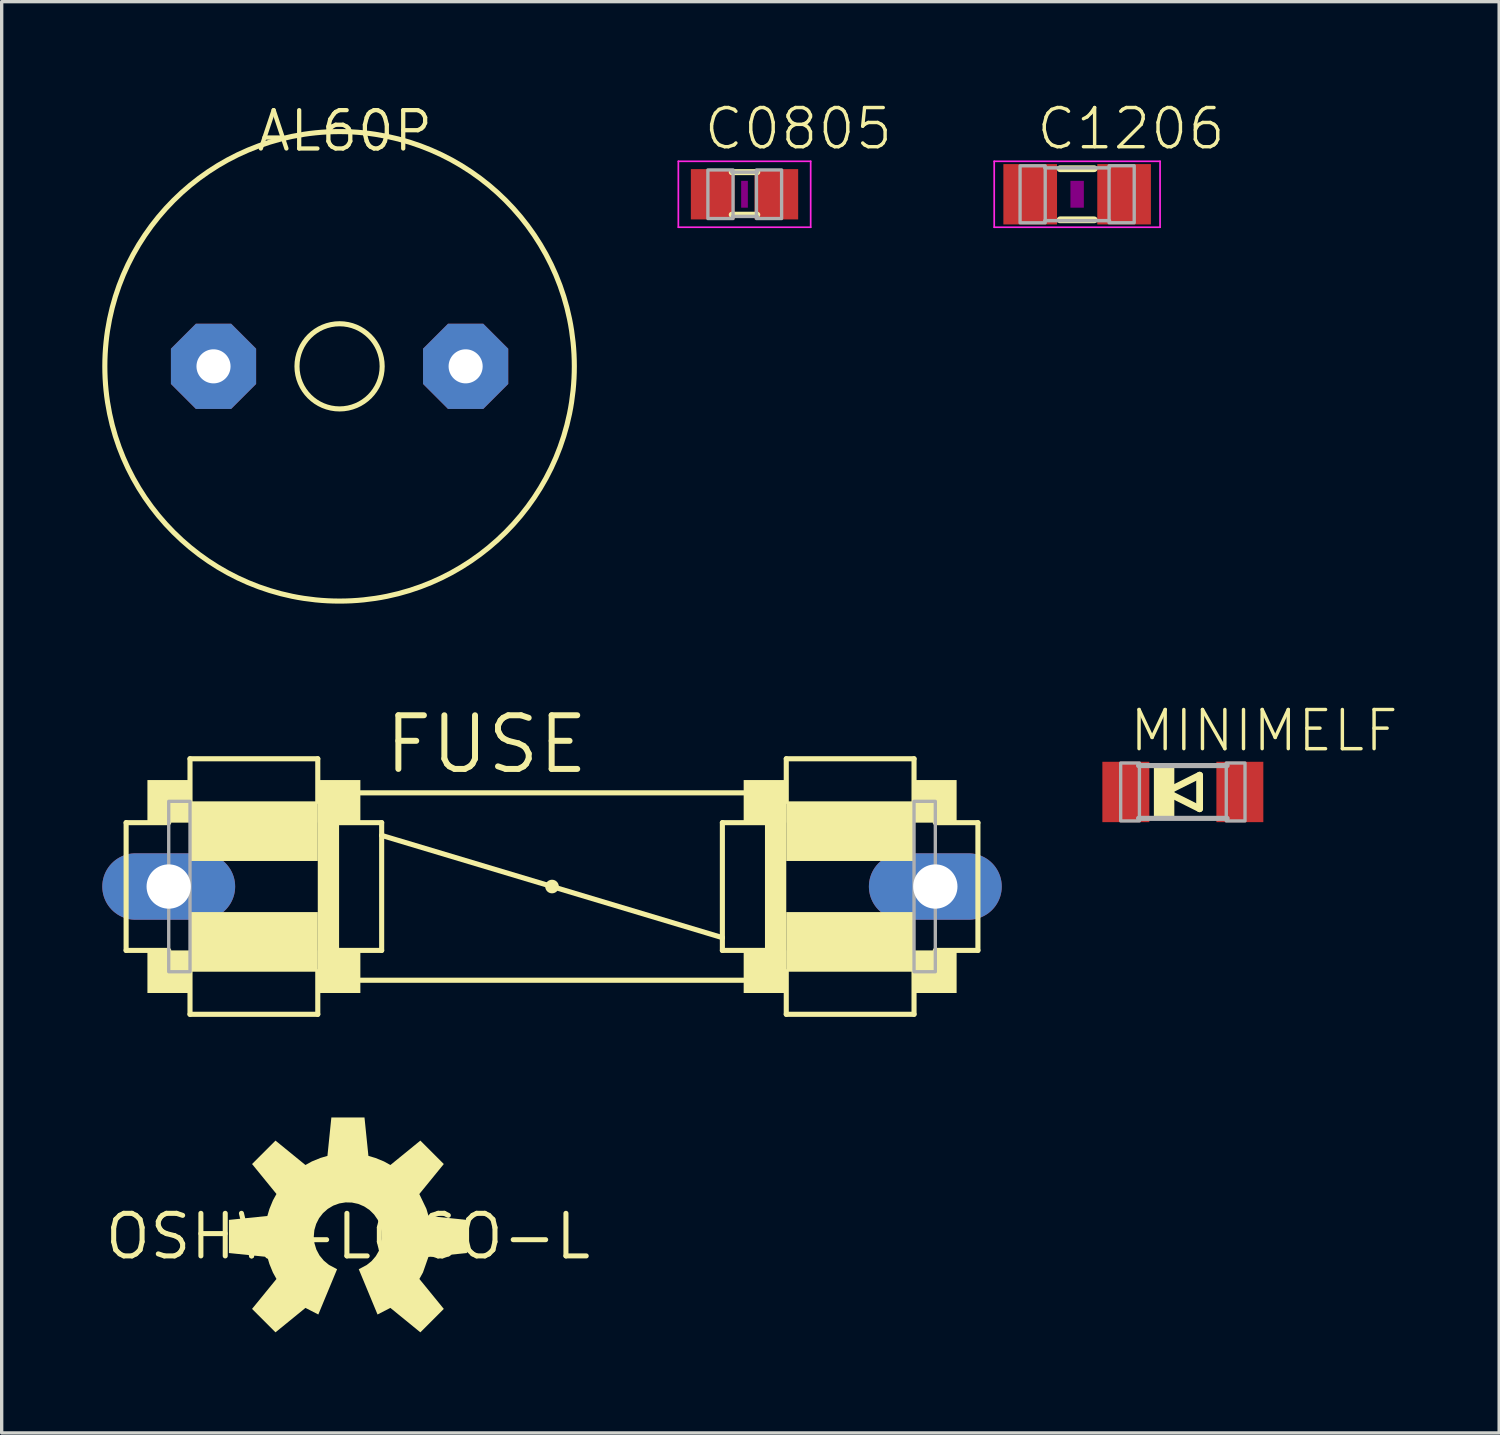
<source format=kicad_pcb>
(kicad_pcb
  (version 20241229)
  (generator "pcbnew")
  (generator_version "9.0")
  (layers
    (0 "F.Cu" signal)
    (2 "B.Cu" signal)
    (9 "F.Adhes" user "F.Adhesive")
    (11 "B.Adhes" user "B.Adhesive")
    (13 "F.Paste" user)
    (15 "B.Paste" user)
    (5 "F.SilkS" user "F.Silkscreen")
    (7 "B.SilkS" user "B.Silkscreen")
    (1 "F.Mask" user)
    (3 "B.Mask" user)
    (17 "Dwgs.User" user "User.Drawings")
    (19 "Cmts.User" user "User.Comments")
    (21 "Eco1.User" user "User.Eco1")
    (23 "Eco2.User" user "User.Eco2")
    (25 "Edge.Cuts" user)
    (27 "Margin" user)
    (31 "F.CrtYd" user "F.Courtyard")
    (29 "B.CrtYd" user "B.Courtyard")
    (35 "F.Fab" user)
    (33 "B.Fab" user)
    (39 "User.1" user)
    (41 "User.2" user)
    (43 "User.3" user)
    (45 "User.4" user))
  (footprint "OSHW-LOGO-L"
    (layer "F.Cu")
    (at 7.325 33.821)
    (property "Reference" "OSHW-LOGO-L" (at 0 0 0) (layer "F.SilkS") (effects (font (size 1.27 1.27) (thickness 0.15))))
    (fp_poly (pts (xy 0.611 -2.403) (xy 0.821 -2.341) (xy 1.075 -2.237) (xy 1.267 -2.131) (xy 2.16 -2.859) (xy 2.859 -2.16) (xy 2.129 -1.265) (xy 2.341 -0.823) (xy 2.403 -0.611) (xy 3.549 -0.494) (xy 3.549 0.494) (xy 2.4 0.611) (xy 2.238 1.073) (xy 2.131 1.267) (xy 2.859 2.16) (xy 2.16 2.859) (xy 1.266 2.13) (xy 0.883 2.327) (xy 0.323 0.976) (xy 0.559 0.852) (xy 0.708 0.732) (xy 0.832 0.587) (xy 0.927 0.422) (xy 0.989 0.241) (xy 1.017 0.052) (xy 1.009 -0.139) (xy 0.965 -0.325) (xy 0.888 -0.499) (xy 0.779 -0.656) (xy 0.643 -0.79) (xy 0.484 -0.896) (xy 0.308 -0.971) (xy 0.121 -1.011) (xy -0.07 -1.016) (xy -0.258 -0.985) (xy -0.437 -0.92) (xy -0.601 -0.822) (xy -0.744 -0.695) (xy -0.861 -0.544) (xy -0.947 -0.374) (xy -1.001 -0.19) (xy -1.018 -0.000157) (xy -0.999 0.199) (xy -0.941 0.39) (xy -0.847 0.566) (xy -0.72 0.72) (xy -0.566 0.847) (xy -0.323 0.976) (xy -0.883 2.327) (xy -1.266 2.13) (xy -2.16 2.859) (xy -2.859 2.16) (xy -2.131 1.267) (xy -2.237 1.075) (xy -2.341 0.821) (xy -2.403 0.611) (xy -3.549 0.494) (xy -3.549 -0.494) (xy -2.403 -0.611) (xy -2.341 -0.821) (xy -2.237 -1.075) (xy -2.131 -1.267) (xy -2.859 -2.16) (xy -2.16 -2.859) (xy -1.267 -2.131) (xy -1.075 -2.237) (xy -0.821 -2.341) (xy -0.611 -2.403) (xy -0.494 -3.549) (xy 0.494 -3.549)) (stroke (width 0) (type default)) (fill yes) (layer "F.SilkS")))
  (footprint "C0805"
    (layer "F.Cu")
    (at 19.151 2.743)
    (property "Reference" "C0805" (at -1.27 -1.27 0) (unlocked yes) (layer "F.SilkS") (effects (font (size 1.168 1.168) (thickness 0.102)) (justify left bottom)))
    (fp_line (start -0.381 -0.66) (end 0.381 -0.66) (stroke (width 0.178) (type solid)) (layer "F.SilkS"))
    (fp_line (start -0.381 0.61) (end 0.381 0.61) (stroke (width 0.178) (type solid)) (layer "F.SilkS"))
    (fp_poly (pts (xy -0.1 0.4) (xy 0.1 0.4) (xy 0.1 -0.4) (xy -0.1 -0.4)) (stroke (width 0) (type default)) (fill yes) (layer "F.Adhes"))
    (fp_line (start -1.973 -0.983) (end 1.973 -0.983) (stroke (width 0.051) (type solid)) (layer "F.CrtYd"))
    (fp_line (start -1.973 0.983) (end -1.973 -0.983) (stroke (width 0.051) (type solid)) (layer "F.CrtYd"))
    (fp_line (start 1.973 -0.983) (end 1.973 0.983) (stroke (width 0.051) (type solid)) (layer "F.CrtYd"))
    (fp_line (start 1.973 0.983) (end -1.973 0.983) (stroke (width 0.051) (type solid)) (layer "F.CrtYd"))
    (fp_line (start -0.381 -0.66) (end 0.381 -0.66) (stroke (width 0.102) (type solid)) (layer "F.Fab"))
    (fp_line (start -0.356 0.66) (end 0.381 0.66) (stroke (width 0.102) (type solid)) (layer "F.Fab"))
    (fp_poly (pts (xy -1.092 0.724) (xy -0.342 0.724) (xy -0.342 -0.726) (xy -1.092 -0.726)) (stroke (width 0.1) (type default)) (fill no) (layer "F.Fab"))
    (fp_poly (pts (xy 0.356 0.724) (xy 1.106 0.724) (xy 1.106 -0.726) (xy 0.356 -0.726)) (stroke (width 0.1) (type default)) (fill no) (layer "F.Fab"))
    (pad "1" smd rect (at -0.95 0) (size 1.3 1.5) (layers "F.Cu" "F.Mask" "F.Paste"))
    (pad "2" smd rect (at 0.95 0) (size 1.3 1.5) (layers "F.Cu" "F.Mask" "F.Paste")))
  (footprint "AL60P"
    (layer "F.Cu")
    (at 7.076 7.874)
    (property "Reference" "AL60P" (at -2.54 -6.35 0) (unlocked yes) (layer "F.SilkS") (effects (font (size 1.143 1.143) (thickness 0.127)) (justify left bottom)))
    (fp_circle (center 0 0) (end 1.27 0) (stroke (width 0.152) (type solid)) (fill no) (layer "F.SilkS"))
    (fp_circle (center 0 0) (end 7 0) (stroke (width 0.152) (type solid)) (fill no) (layer "F.SilkS"))
    (pad "1" thru_hole roundrect (at -3.759 0) (size 2.54 2.54) (drill 1.016) (layers "*.Cu" "*.Mask") (roundrect_rratio 0.25) (chamfer_ratio 0.293) (chamfer top_left top_right bottom_left bottom_right))
    (pad "2" thru_hole roundrect (at 3.759 0) (size 2.54 2.54) (drill 1.016) (layers "*.Cu" "*.Mask") (roundrect_rratio 0.25) (chamfer_ratio 0.293) (chamfer top_left top_right bottom_left bottom_right)))
  (footprint "FUSE"
    (layer "F.Cu")
    (at 13.411 23.386)
    (property "Reference" "FUSE" (at -5.08 -3.302 0) (unlocked yes) (layer "F.SilkS") (effects (font (size 1.6 1.6) (thickness 0.178)) (justify left bottom)))
    (fp_line (start -12.7 1.905) (end -12.7 -1.905) (stroke (width 0.152) (type solid)) (layer "F.SilkS"))
    (fp_line (start -12.7 1.905) (end -11.43 1.905) (stroke (width 0.152) (type solid)) (layer "F.SilkS"))
    (fp_line (start -11.43 -1.905) (end -12.7 -1.905) (stroke (width 0.152) (type solid)) (layer "F.SilkS"))
    (fp_line (start -10.795 -3.81) (end -6.985 -3.81) (stroke (width 0.152) (type solid)) (layer "F.SilkS"))
    (fp_line (start -10.795 -2.54) (end -10.795 -3.81) (stroke (width 0.152) (type solid)) (layer "F.SilkS"))
    (fp_line (start -10.795 2.54) (end -10.795 3.81) (stroke (width 0.152) (type solid)) (layer "F.SilkS"))
    (fp_line (start -6.985 -2.54) (end -6.985 -3.81) (stroke (width 0.152) (type solid)) (layer "F.SilkS"))
    (fp_line (start -6.985 3.81) (end -10.795 3.81) (stroke (width 0.152) (type solid)) (layer "F.SilkS"))
    (fp_line (start -6.985 3.81) (end -6.985 2.54) (stroke (width 0.152) (type solid)) (layer "F.SilkS"))
    (fp_line (start -6.35 -1.905) (end -5.08 -1.905) (stroke (width 0.152) (type solid)) (layer "F.SilkS"))
    (fp_line (start -5.715 -2.794) (end 5.715 -2.794) (stroke (width 0.152) (type solid)) (layer "F.SilkS"))
    (fp_line (start -5.715 2.794) (end 5.715 2.794) (stroke (width 0.152) (type solid)) (layer "F.SilkS"))
    (fp_line (start -5.08 -1.905) (end -5.08 -1.524) (stroke (width 0.152) (type solid)) (layer "F.SilkS"))
    (fp_line (start -5.08 -1.524) (end -5.08 1.905) (stroke (width 0.152) (type solid)) (layer "F.SilkS"))
    (fp_line (start -5.08 -1.524) (end 5.08 1.524) (stroke (width 0.152) (type solid)) (layer "F.SilkS"))
    (fp_line (start -5.08 1.905) (end -6.35 1.905) (stroke (width 0.152) (type solid)) (layer "F.SilkS"))
    (fp_line (start 5.08 1.524) (end 5.08 -1.905) (stroke (width 0.152) (type solid)) (layer "F.SilkS"))
    (fp_line (start 5.08 1.905) (end 5.08 1.524) (stroke (width 0.152) (type solid)) (layer "F.SilkS"))
    (fp_line (start 5.08 1.905) (end 6.35 1.905) (stroke (width 0.152) (type solid)) (layer "F.SilkS"))
    (fp_line (start 6.35 -1.905) (end 5.08 -1.905) (stroke (width 0.152) (type solid)) (layer "F.SilkS"))
    (fp_line (start 6.985 -3.81) (end 10.795 -3.81) (stroke (width 0.152) (type solid)) (layer "F.SilkS"))
    (fp_line (start 6.985 -2.54) (end 6.985 -3.81) (stroke (width 0.152) (type solid)) (layer "F.SilkS"))
    (fp_line (start 6.985 2.54) (end 6.985 3.81) (stroke (width 0.152) (type solid)) (layer "F.SilkS"))
    (fp_line (start 10.795 -2.54) (end 10.795 -3.81) (stroke (width 0.152) (type solid)) (layer "F.SilkS"))
    (fp_line (start 10.795 3.81) (end 6.985 3.81) (stroke (width 0.152) (type solid)) (layer "F.SilkS"))
    (fp_line (start 10.795 3.81) (end 10.795 2.54) (stroke (width 0.152) (type solid)) (layer "F.SilkS"))
    (fp_line (start 11.43 -1.905) (end 12.7 -1.905) (stroke (width 0.152) (type solid)) (layer "F.SilkS"))
    (fp_line (start 12.7 -1.905) (end 12.7 1.905) (stroke (width 0.152) (type solid)) (layer "F.SilkS"))
    (fp_line (start 12.7 1.905) (end 11.43 1.905) (stroke (width 0.152) (type solid)) (layer "F.SilkS"))
    (fp_circle (center 0 0) (end 0.127 0) (stroke (width 0.152) (type solid)) (fill no) (layer "F.SilkS"))
    (fp_poly (pts (xy -12.065 -1.905) (xy -10.795 -1.905) (xy -10.795 -3.175) (xy -12.065 -3.175)) (stroke (width 0) (type default)) (fill yes) (layer "F.SilkS"))
    (fp_poly (pts (xy -12.065 3.175) (xy -10.795 3.175) (xy -10.795 1.905) (xy -12.065 1.905)) (stroke (width 0) (type default)) (fill yes) (layer "F.SilkS"))
    (fp_poly (pts (xy -10.795 -0.762) (xy -6.985 -0.762) (xy -6.985 -2.54) (xy -10.795 -2.54)) (stroke (width 0) (type default)) (fill yes) (layer "F.SilkS"))
    (fp_poly (pts (xy -10.795 2.54) (xy -6.985 2.54) (xy -6.985 0.762) (xy -10.795 0.762)) (stroke (width 0) (type default)) (fill yes) (layer "F.SilkS"))
    (fp_poly (pts (xy -6.985 -1.905) (xy -5.715 -1.905) (xy -5.715 -3.175) (xy -6.985 -3.175)) (stroke (width 0) (type default)) (fill yes) (layer "F.SilkS"))
    (fp_poly (pts (xy -6.985 2.54) (xy -6.35 2.54) (xy -6.35 -2.54) (xy -6.985 -2.54)) (stroke (width 0) (type default)) (fill yes) (layer "F.SilkS"))
    (fp_poly (pts (xy -6.985 3.175) (xy -5.715 3.175) (xy -5.715 1.905) (xy -6.985 1.905)) (stroke (width 0) (type default)) (fill yes) (layer "F.SilkS"))
    (fp_poly (pts (xy 5.715 -1.905) (xy 6.985 -1.905) (xy 6.985 -3.175) (xy 5.715 -3.175)) (stroke (width 0) (type default)) (fill yes) (layer "F.SilkS"))
    (fp_poly (pts (xy 5.715 3.175) (xy 6.985 3.175) (xy 6.985 1.905) (xy 5.715 1.905)) (stroke (width 0) (type default)) (fill yes) (layer "F.SilkS"))
    (fp_poly (pts (xy 6.35 2.54) (xy 6.985 2.54) (xy 6.985 -2.54) (xy 6.35 -2.54)) (stroke (width 0) (type default)) (fill yes) (layer "F.SilkS"))
    (fp_poly (pts (xy 6.985 -0.762) (xy 10.795 -0.762) (xy 10.795 -2.54) (xy 6.985 -2.54)) (stroke (width 0) (type default)) (fill yes) (layer "F.SilkS"))
    (fp_poly (pts (xy 6.985 2.54) (xy 10.795 2.54) (xy 10.795 0.762) (xy 6.985 0.762)) (stroke (width 0) (type default)) (fill yes) (layer "F.SilkS"))
    (fp_poly (pts (xy 10.795 -1.905) (xy 12.065 -1.905) (xy 12.065 -3.175) (xy 10.795 -3.175)) (stroke (width 0) (type default)) (fill yes) (layer "F.SilkS"))
    (fp_poly (pts (xy 10.795 3.175) (xy 12.065 3.175) (xy 12.065 1.905) (xy 10.795 1.905)) (stroke (width 0) (type default)) (fill yes) (layer "F.SilkS"))
    (fp_poly (pts (xy -11.43 2.54) (xy -10.795 2.54) (xy -10.795 -2.54) (xy -11.43 -2.54)) (stroke (width 0.1) (type default)) (fill no) (layer "F.Fab"))
    (fp_poly (pts (xy 10.795 2.54) (xy 11.43 2.54) (xy 11.43 -2.54) (xy 10.795 -2.54)) (stroke (width 0.1) (type default)) (fill no) (layer "F.Fab"))
    (pad "1" thru_hole oval (at -11.43 0) (size 3.962 1.981) (drill 1.321) (layers "*.Cu" "*.Mask"))
    (pad "2" thru_hole oval (at 11.43 0) (size 3.962 1.981) (drill 1.321) (layers "*.Cu" "*.Mask")))
  (footprint "MINIMELF"
    (layer "F.Cu")
    (at 32.222 20.566)
    (property "Reference" "MINIMELF" (at -1.651 -1.143 0) (unlocked yes) (layer "F.SilkS") (effects (font (size 1.168 1.168) (thickness 0.102)) (justify left bottom)))
    (fp_line (start -0.5 0) (end 0.5 0.5) (stroke (width 0.203) (type solid)) (layer "F.SilkS"))
    (fp_line (start 0.5 -0.5) (end -0.5 0) (stroke (width 0.203) (type solid)) (layer "F.SilkS"))
    (fp_line (start 0.5 0.5) (end 0.5 -0.5) (stroke (width 0.203) (type solid)) (layer "F.SilkS"))
    (fp_poly (pts (xy -0.864 0.787) (xy -0.254 0.787) (xy -0.254 -0.787) (xy -0.864 -0.787)) (stroke (width 0) (type default)) (fill yes) (layer "F.SilkS"))
    (fp_line (start 1.321 -0.787) (end -1.321 -0.787) (stroke (width 0.152) (type solid)) (layer "F.Fab"))
    (fp_line (start 1.321 0.787) (end -1.321 0.787) (stroke (width 0.152) (type solid)) (layer "F.Fab"))
    (fp_poly (pts (xy -1.854 0.864) (xy -1.295 0.864) (xy -1.295 -0.864) (xy -1.854 -0.864)) (stroke (width 0.1) (type default)) (fill no) (layer "F.Fab"))
    (fp_poly (pts (xy 1.295 0.864) (xy 1.854 0.864) (xy 1.854 -0.864) (xy 1.295 -0.864)) (stroke (width 0.1) (type default)) (fill no) (layer "F.Fab"))
    (pad "A" smd rect (at 1.7 0) (size 1.4 1.8) (layers "F.Cu" "F.Mask" "F.Paste"))
    (pad "C" smd rect (at -1.7 0) (size 1.4 1.8) (layers "F.Cu" "F.Mask" "F.Paste")))
  (footprint "C1206"
    (layer "F.Cu")
    (at 29.07 2.743)
    (property "Reference" "C1206" (at -1.27 -1.27 0) (unlocked yes) (layer "F.SilkS") (effects (font (size 1.168 1.168) (thickness 0.102)) (justify left bottom)))
    (fp_line (start -0.508 -0.762) (end 0.508 -0.762) (stroke (width 0.203) (type solid)) (layer "F.SilkS"))
    (fp_line (start -0.508 0.762) (end 0.508 0.762) (stroke (width 0.203) (type solid)) (layer "F.SilkS"))
    (fp_poly (pts (xy -0.2 0.4) (xy 0.2 0.4) (xy 0.2 -0.4) (xy -0.2 -0.4)) (stroke (width 0) (type default)) (fill yes) (layer "F.Adhes"))
    (fp_line (start -2.473 -0.983) (end 2.473 -0.983) (stroke (width 0.051) (type solid)) (layer "F.CrtYd"))
    (fp_line (start -2.473 0.983) (end -2.473 -0.983) (stroke (width 0.051) (type solid)) (layer "F.CrtYd"))
    (fp_line (start 2.473 -0.983) (end 2.473 0.983) (stroke (width 0.051) (type solid)) (layer "F.CrtYd"))
    (fp_line (start 2.473 0.983) (end -2.473 0.983) (stroke (width 0.051) (type solid)) (layer "F.CrtYd"))
    (fp_line (start -0.965 -0.787) (end 0.965 -0.787) (stroke (width 0.102) (type solid)) (layer "F.Fab"))
    (fp_line (start -0.965 0.787) (end 0.965 0.787) (stroke (width 0.102) (type solid)) (layer "F.Fab"))
    (fp_poly (pts (xy -1.702 0.851) (xy -0.952 0.851) (xy -0.952 -0.849) (xy -1.702 -0.849)) (stroke (width 0.1) (type default)) (fill no) (layer "F.Fab"))
    (fp_poly (pts (xy 0.952 0.849) (xy 1.702 0.849) (xy 1.702 -0.851) (xy 0.952 -0.851)) (stroke (width 0.1) (type default)) (fill no) (layer "F.Fab"))
    (pad "1" smd rect (at -1.4 0) (size 1.6 1.8) (layers "F.Cu" "F.Mask" "F.Paste"))
    (pad "2" smd rect (at 1.4 0) (size 1.6 1.8) (layers "F.Cu" "F.Mask" "F.Paste")))
  (gr_rect
    (start -3 -3)
    (end 41.654 39.68)
    (stroke (width 0.1) (type default))
    (fill no)
    (layer "Edge.Cuts")))
</source>
